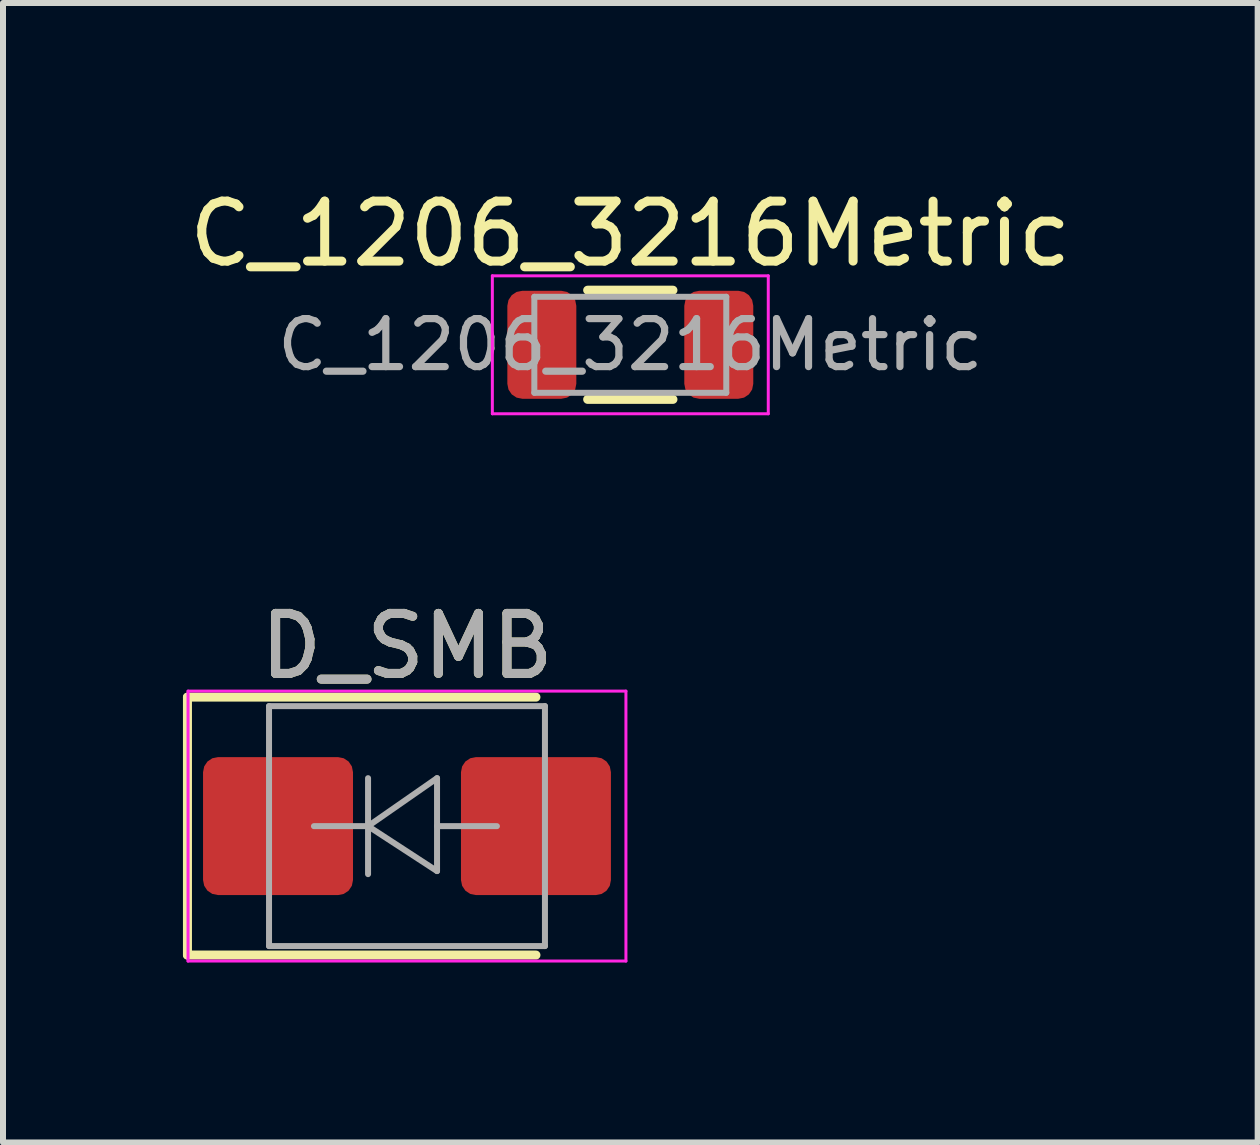
<source format=kicad_pcb>
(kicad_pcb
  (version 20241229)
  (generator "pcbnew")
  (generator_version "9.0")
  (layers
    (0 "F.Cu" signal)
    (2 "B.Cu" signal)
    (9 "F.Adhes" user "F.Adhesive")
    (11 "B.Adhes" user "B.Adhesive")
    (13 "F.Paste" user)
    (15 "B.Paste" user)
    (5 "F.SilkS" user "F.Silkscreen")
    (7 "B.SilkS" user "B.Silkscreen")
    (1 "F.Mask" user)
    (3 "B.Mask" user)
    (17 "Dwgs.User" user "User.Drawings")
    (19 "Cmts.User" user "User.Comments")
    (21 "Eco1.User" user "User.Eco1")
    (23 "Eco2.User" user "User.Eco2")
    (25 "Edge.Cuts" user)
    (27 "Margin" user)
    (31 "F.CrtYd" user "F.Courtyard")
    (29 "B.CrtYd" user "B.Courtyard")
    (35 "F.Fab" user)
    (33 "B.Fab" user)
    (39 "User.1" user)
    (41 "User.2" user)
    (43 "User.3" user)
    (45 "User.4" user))
  (footprint "C_1206_3216Metric"
    (layer "F.Cu")
    (at 7.458 2.698)
    (property "Reference" "C_1206_3216Metric" (at 0 -1.85 0) (layer "F.SilkS") (effects (font (size 1 1) (thickness 0.15))))
    (attr smd)
    (fp_line (start -0.711 -0.91) (end 0.711 -0.91) (stroke (width 0.15) (type solid)) (layer "F.SilkS"))
    (fp_line (start -0.711 0.91) (end 0.711 0.91) (stroke (width 0.15) (type solid)) (layer "F.SilkS"))
    (fp_line (start -2.3 -1.15) (end 2.3 -1.15) (stroke (width 0.05) (type solid)) (layer "F.CrtYd"))
    (fp_line (start -2.3 1.15) (end -2.3 -1.15) (stroke (width 0.05) (type solid)) (layer "F.CrtYd"))
    (fp_line (start 2.3 -1.15) (end 2.3 1.15) (stroke (width 0.05) (type solid)) (layer "F.CrtYd"))
    (fp_line (start 2.3 1.15) (end -2.3 1.15) (stroke (width 0.05) (type solid)) (layer "F.CrtYd"))
    (fp_line (start -1.6 -0.8) (end 1.6 -0.8) (stroke (width 0.1) (type solid)) (layer "F.Fab"))
    (fp_line (start -1.6 0.8) (end -1.6 -0.8) (stroke (width 0.1) (type solid)) (layer "F.Fab"))
    (fp_line (start 1.6 -0.8) (end 1.6 0.8) (stroke (width 0.1) (type solid)) (layer "F.Fab"))
    (fp_line (start 1.6 0.8) (end -1.6 0.8) (stroke (width 0.1) (type solid)) (layer "F.Fab"))
    (fp_text user "${REFERENCE}" (at 0 0 0) (layer "F.Fab") (effects (font (size 0.8 0.8) (thickness 0.12))))
    (pad "1" smd roundrect (at -1.475 0) (size 1.15 1.8) (layers "F.Cu" "F.Mask" "F.Paste") (roundrect_rratio 0.217))
    (pad "2" smd roundrect (at 1.475 0) (size 1.15 1.8) (layers "F.Cu" "F.Mask" "F.Paste") (roundrect_rratio 0.217)))
  (footprint "D_SMB"
    (layer "F.Cu")
    (at 3.735 10.722)
    (property "Reference" "D_SMB" (at 0 -3 0) (layer "F.SilkS") (effects (font (size 1 1) (thickness 0.15))))
    (attr smd)
    (fp_line (start -3.66 -2.15) (end -3.66 2.15) (stroke (width 0.15) (type solid)) (layer "F.SilkS"))
    (fp_line (start -3.66 -2.15) (end 2.15 -2.15) (stroke (width 0.15) (type solid)) (layer "F.SilkS"))
    (fp_line (start -3.66 2.15) (end 2.15 2.15) (stroke (width 0.15) (type solid)) (layer "F.SilkS"))
    (fp_line (start -3.65 -2.25) (end 3.65 -2.25) (stroke (width 0.05) (type solid)) (layer "F.CrtYd"))
    (fp_line (start -3.65 2.25) (end -3.65 -2.25) (stroke (width 0.05) (type solid)) (layer "F.CrtYd"))
    (fp_line (start 3.65 -2.25) (end 3.65 2.25) (stroke (width 0.05) (type solid)) (layer "F.CrtYd"))
    (fp_line (start 3.65 2.25) (end -3.65 2.25) (stroke (width 0.05) (type solid)) (layer "F.CrtYd"))
    (fp_line (start -2.3 2) (end -2.3 -2) (stroke (width 0.1) (type solid)) (layer "F.Fab"))
    (fp_line (start -0.649 -0.799) (end -0.649 0.801) (stroke (width 0.1) (type solid)) (layer "F.Fab"))
    (fp_line (start -0.649 0.001) (end -1.551 0.001) (stroke (width 0.1) (type solid)) (layer "F.Fab"))
    (fp_line (start -0.649 0.001) (end 0.501 -0.799) (stroke (width 0.1) (type solid)) (layer "F.Fab"))
    (fp_line (start -0.649 0.001) (end 0.501 0.75) (stroke (width 0.1) (type solid)) (layer "F.Fab"))
    (fp_line (start 0.501 0.001) (end 1.499 0.001) (stroke (width 0.1) (type solid)) (layer "F.Fab"))
    (fp_line (start 0.501 0.75) (end 0.501 -0.799) (stroke (width 0.1) (type solid)) (layer "F.Fab"))
    (fp_line (start 2.3 -2) (end -2.3 -2) (stroke (width 0.1) (type solid)) (layer "F.Fab"))
    (fp_line (start 2.3 -2) (end 2.3 2) (stroke (width 0.1) (type solid)) (layer "F.Fab"))
    (fp_line (start 2.3 2) (end -2.3 2) (stroke (width 0.1) (type solid)) (layer "F.Fab"))
    (fp_text user "${REFERENCE}" (at 0 -3 0) (layer "F.Fab") (effects (font (size 1 1) (thickness 0.15))))
    (pad "1" smd roundrect (at -2.15 0) (size 2.5 2.3) (layers "F.Cu" "F.Mask" "F.Paste") (roundrect_rratio 0.109))
    (pad "2" smd roundrect (at 2.15 0) (size 2.5 2.3) (layers "F.Cu" "F.Mask" "F.Paste") (roundrect_rratio 0.109)))
  (gr_rect
    (start -3 -3)
    (end 17.917 15.996)
    (stroke (width 0.1) (type default))
    (fill no)
    (layer "Edge.Cuts")))
</source>
